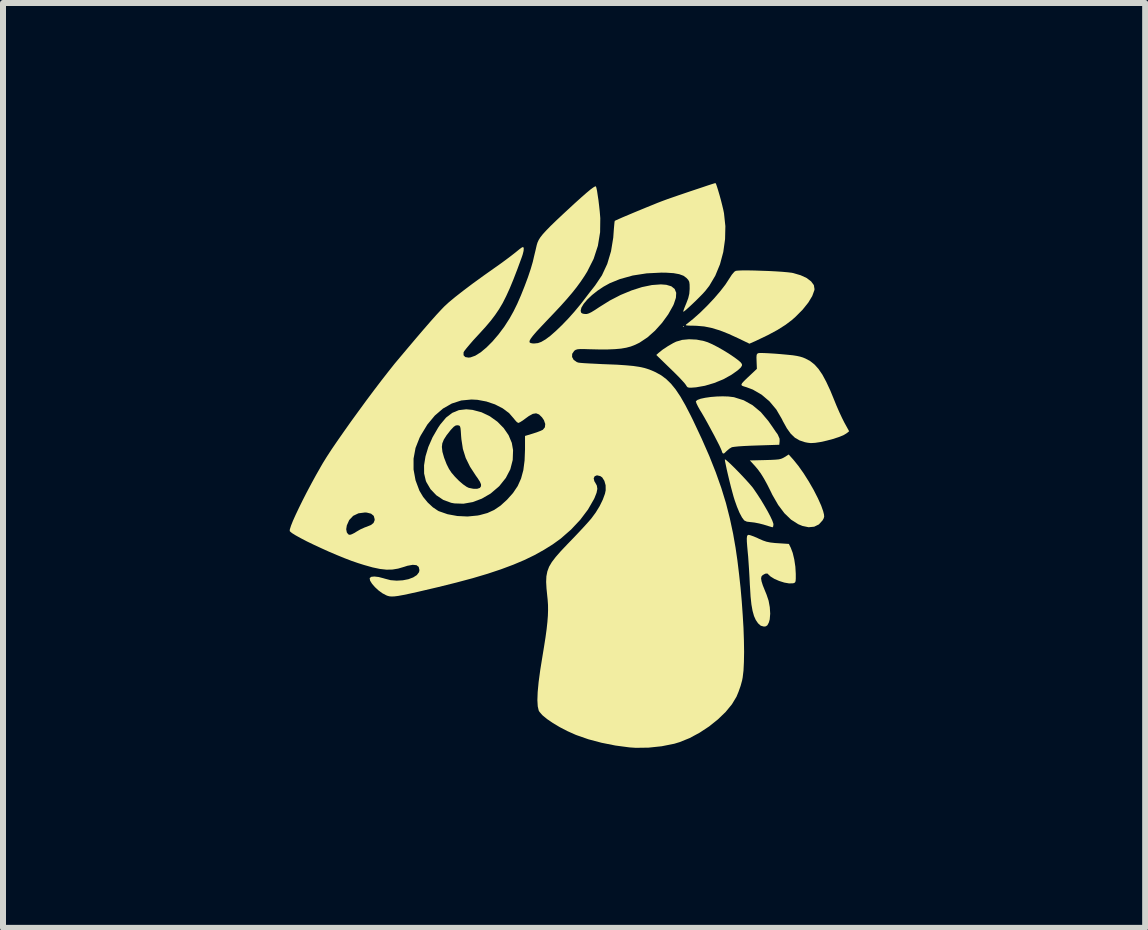
<source format=kicad_pcb>
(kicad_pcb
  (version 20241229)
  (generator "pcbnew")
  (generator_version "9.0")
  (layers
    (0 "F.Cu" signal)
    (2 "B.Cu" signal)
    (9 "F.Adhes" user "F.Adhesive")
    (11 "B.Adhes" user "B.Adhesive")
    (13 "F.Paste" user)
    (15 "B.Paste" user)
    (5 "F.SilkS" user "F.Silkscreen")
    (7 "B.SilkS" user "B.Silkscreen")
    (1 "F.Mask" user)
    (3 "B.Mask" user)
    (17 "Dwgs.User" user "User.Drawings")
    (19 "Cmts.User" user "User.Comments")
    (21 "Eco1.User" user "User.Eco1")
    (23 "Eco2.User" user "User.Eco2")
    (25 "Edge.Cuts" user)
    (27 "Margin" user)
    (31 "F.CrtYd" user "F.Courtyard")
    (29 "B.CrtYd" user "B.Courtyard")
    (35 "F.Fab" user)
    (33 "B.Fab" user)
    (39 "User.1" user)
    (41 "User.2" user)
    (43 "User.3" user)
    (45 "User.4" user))
  (footprint "10MM_LIME"
    (layer "F.Cu")
    (at 6.514 4.831)
    (property "Reference" "10MM_LIME" (at 0 0 0) (layer "User.1") (effects (font (size 1.5 1.5) (thickness 0.3))))
    (attr board_only exclude_from_pos_files exclude_from_bom)
    (fp_poly (pts (xy 1.83 -2.442) (xy 1.821 -2.433) (xy 1.812 -2.442) (xy 1.821 -2.451)) (stroke (width 0) (type solid)) (fill yes) (layer "F.SilkS"))
    (fp_poly (pts (xy 3.655 -0.221) (xy 3.738 -0.118) (xy 3.825 0.005) (xy 3.911 0.141) (xy 3.992 0.282) (xy 4.062 0.419) (xy 4.118 0.544) (xy 4.15 0.635) (xy 4.164 0.691) (xy 4.167 0.727) (xy 4.158 0.757) (xy 4.14 0.789) (xy 4.079 0.856) (xy 4.001 0.894) (xy 3.908 0.903) (xy 3.804 0.881) (xy 3.734 0.852) (xy 3.615 0.776) (xy 3.505 0.67) (xy 3.401 0.532) (xy 3.303 0.362) (xy 3.284 0.322) (xy 3.22 0.194) (xy 3.164 0.092) (xy 3.112 0.008) (xy 3.06 -0.063) (xy 3.002 -0.131) (xy 2.997 -0.136) (xy 2.929 -0.21) (xy 3.183 -0.216) (xy 3.285 -0.219) (xy 3.359 -0.223) (xy 3.411 -0.228) (xy 3.449 -0.237) (xy 3.48 -0.25) (xy 3.507 -0.265) (xy 3.576 -0.309)) (stroke (width 0) (type solid)) (fill yes) (layer "F.SilkS"))
    (fp_poly (pts (xy 2.042 -2.223) (xy 2.164 -2.199) (xy 2.227 -2.179) (xy 2.304 -2.145) (xy 2.391 -2.1) (xy 2.483 -2.048) (xy 2.573 -1.993) (xy 2.655 -1.938) (xy 2.724 -1.888) (xy 2.774 -1.846) (xy 2.797 -1.815) (xy 2.797 -1.788) (xy 2.775 -1.755) (xy 2.728 -1.712) (xy 2.654 -1.659) (xy 2.614 -1.632) (xy 2.485 -1.561) (xy 2.335 -1.5) (xy 2.18 -1.454) (xy 2.032 -1.428) (xy 2.019 -1.427) (xy 1.953 -1.422) (xy 1.912 -1.423) (xy 1.889 -1.431) (xy 1.874 -1.449) (xy 1.865 -1.465) (xy 1.844 -1.493) (xy 1.802 -1.54) (xy 1.744 -1.602) (xy 1.673 -1.673) (xy 1.604 -1.74) (xy 1.37 -1.967) (xy 1.409 -2.002) (xy 1.476 -2.056) (xy 1.562 -2.113) (xy 1.65 -2.164) (xy 1.701 -2.189) (xy 1.799 -2.218) (xy 1.916 -2.229)) (stroke (width 0) (type solid)) (fill yes) (layer "F.SilkS"))
    (fp_poly (pts (xy 2.529 -0.22) (xy 2.564 -0.19) (xy 2.614 -0.144) (xy 2.674 -0.085) (xy 2.74 -0.018) (xy 2.807 0.052) (xy 2.871 0.121) (xy 2.927 0.184) (xy 2.971 0.235) (xy 2.99 0.261) (xy 3.052 0.352) (xy 3.115 0.449) (xy 3.174 0.548) (xy 3.228 0.642) (xy 3.272 0.726) (xy 3.304 0.795) (xy 3.32 0.842) (xy 3.322 0.853) (xy 3.318 0.889) (xy 3.308 0.904) (xy 3.308 0.904) (xy 3.286 0.898) (xy 3.239 0.884) (xy 3.177 0.865) (xy 3.162 0.86) (xy 3.084 0.84) (xy 3.007 0.825) (xy 2.947 0.818) (xy 2.945 0.818) (xy 2.879 0.81) (xy 2.836 0.79) (xy 2.834 0.788) (xy 2.798 0.74) (xy 2.757 0.663) (xy 2.715 0.563) (xy 2.676 0.453) (xy 2.658 0.395) (xy 2.637 0.318) (xy 2.613 0.228) (xy 2.589 0.132) (xy 2.566 0.036) (xy 2.545 -0.054) (xy 2.529 -0.131) (xy 2.517 -0.189) (xy 2.512 -0.223) (xy 2.513 -0.228)) (stroke (width 0) (type solid)) (fill yes) (layer "F.SilkS"))
    (fp_poly (pts (xy 2.571 -1.275) (xy 2.654 -1.265) (xy 2.666 -1.263) (xy 2.827 -1.212) (xy 2.974 -1.13) (xy 3.111 -1.016) (xy 3.236 -0.868) (xy 3.269 -0.821) (xy 3.315 -0.755) (xy 3.356 -0.694) (xy 3.388 -0.65) (xy 3.395 -0.639) (xy 3.424 -0.572) (xy 3.425 -0.531) (xy 3.419 -0.471) (xy 3.046 -0.459) (xy 2.932 -0.455) (xy 2.828 -0.45) (xy 2.739 -0.444) (xy 2.672 -0.437) (xy 2.633 -0.431) (xy 2.629 -0.43) (xy 2.585 -0.404) (xy 2.542 -0.367) (xy 2.541 -0.366) (xy 2.504 -0.33) (xy 2.482 -0.324) (xy 2.467 -0.346) (xy 2.461 -0.368) (xy 2.447 -0.402) (xy 2.42 -0.461) (xy 2.38 -0.539) (xy 2.333 -0.63) (xy 2.28 -0.728) (xy 2.226 -0.828) (xy 2.173 -0.923) (xy 2.124 -1.007) (xy 2.101 -1.044) (xy 2.066 -1.106) (xy 2.041 -1.157) (xy 2.03 -1.19) (xy 2.03 -1.196) (xy 2.056 -1.218) (xy 2.11 -1.238) (xy 2.186 -1.254) (xy 2.277 -1.267) (xy 2.376 -1.275) (xy 2.476 -1.278)) (stroke (width 0) (type solid)) (fill yes) (layer "F.SilkS"))
    (fp_poly (pts (xy 3.004 -3.374) (xy 3.122 -3.37) (xy 3.242 -3.366) (xy 3.358 -3.36) (xy 3.465 -3.353) (xy 3.556 -3.345) (xy 3.624 -3.337) (xy 3.65 -3.332) (xy 3.776 -3.295) (xy 3.877 -3.248) (xy 3.95 -3.192) (xy 3.995 -3.131) (xy 4.006 -3.065) (xy 4.004 -3.047) (xy 3.968 -2.948) (xy 3.902 -2.839) (xy 3.809 -2.723) (xy 3.691 -2.604) (xy 3.628 -2.548) (xy 3.523 -2.469) (xy 3.389 -2.384) (xy 3.231 -2.299) (xy 3.056 -2.215) (xy 3.02 -2.198) (xy 2.922 -2.155) (xy 2.744 -2.241) (xy 2.576 -2.318) (xy 2.429 -2.376) (xy 2.296 -2.416) (xy 2.17 -2.442) (xy 2.044 -2.453) (xy 1.982 -2.455) (xy 1.913 -2.456) (xy 1.874 -2.459) (xy 1.861 -2.465) (xy 1.868 -2.475) (xy 1.875 -2.481) (xy 1.983 -2.567) (xy 2.1 -2.671) (xy 2.218 -2.787) (xy 2.332 -2.908) (xy 2.435 -3.028) (xy 2.521 -3.139) (xy 2.577 -3.225) (xy 2.629 -3.305) (xy 2.671 -3.354) (xy 2.696 -3.369) (xy 2.736 -3.373) (xy 2.805 -3.376) (xy 2.897 -3.376)) (stroke (width 0) (type solid)) (fill yes) (layer "F.SilkS"))
    (fp_poly (pts (xy 3.166 -1.999) (xy 3.248 -1.995) (xy 3.345 -1.989) (xy 3.433 -1.982) (xy 3.553 -1.971) (xy 3.644 -1.962) (xy 3.713 -1.951) (xy 3.767 -1.939) (xy 3.813 -1.925) (xy 3.856 -1.907) (xy 3.934 -1.865) (xy 4.006 -1.808) (xy 4.072 -1.735) (xy 4.137 -1.64) (xy 4.201 -1.521) (xy 4.269 -1.375) (xy 4.333 -1.219) (xy 4.374 -1.118) (xy 4.42 -1.013) (xy 4.465 -0.917) (xy 4.502 -0.843) (xy 4.583 -0.696) (xy 4.536 -0.659) (xy 4.485 -0.629) (xy 4.407 -0.598) (xy 4.312 -0.567) (xy 4.21 -0.54) (xy 4.108 -0.517) (xy 4.016 -0.503) (xy 3.944 -0.499) (xy 3.943 -0.499) (xy 3.892 -0.505) (xy 3.846 -0.514) (xy 3.756 -0.544) (xy 3.679 -0.589) (xy 3.611 -0.654) (xy 3.546 -0.744) (xy 3.48 -0.863) (xy 3.461 -0.902) (xy 3.37 -1.058) (xy 3.256 -1.194) (xy 3.124 -1.306) (xy 2.979 -1.39) (xy 2.872 -1.43) (xy 2.826 -1.444) (xy 2.797 -1.456) (xy 2.788 -1.472) (xy 2.799 -1.496) (xy 2.832 -1.533) (xy 2.888 -1.587) (xy 2.931 -1.627) (xy 3.046 -1.736) (xy 3.041 -1.862) (xy 3.039 -1.928) (xy 3.042 -1.967) (xy 3.051 -1.987) (xy 3.069 -1.996) (xy 3.077 -1.999) (xy 3.107 -2)) (stroke (width 0) (type solid)) (fill yes) (layer "F.SilkS"))
    (fp_poly (pts (xy 2.942 1.038) (xy 2.995 1.057) (xy 3.06 1.085) (xy 3.078 1.094) (xy 3.147 1.124) (xy 3.206 1.144) (xy 3.269 1.157) (xy 3.349 1.166) (xy 3.395 1.169) (xy 3.579 1.181) (xy 3.611 1.246) (xy 3.643 1.331) (xy 3.669 1.44) (xy 3.687 1.56) (xy 3.694 1.679) (xy 3.694 1.69) (xy 3.694 1.759) (xy 3.691 1.801) (xy 3.682 1.822) (xy 3.665 1.833) (xy 3.646 1.837) (xy 3.583 1.839) (xy 3.503 1.825) (xy 3.417 1.798) (xy 3.337 1.763) (xy 3.274 1.724) (xy 3.248 1.7) (xy 3.221 1.674) (xy 3.19 1.676) (xy 3.174 1.683) (xy 3.142 1.701) (xy 3.122 1.724) (xy 3.116 1.757) (xy 3.124 1.805) (xy 3.145 1.872) (xy 3.182 1.964) (xy 3.207 2.025) (xy 3.241 2.126) (xy 3.261 2.235) (xy 3.268 2.343) (xy 3.26 2.438) (xy 3.245 2.491) (xy 3.221 2.536) (xy 3.195 2.554) (xy 3.164 2.558) (xy 3.111 2.544) (xy 3.066 2.504) (xy 3.028 2.449) (xy 2.998 2.382) (xy 2.974 2.296) (xy 2.955 2.19) (xy 2.941 2.057) (xy 2.931 1.893) (xy 2.929 1.865) (xy 2.923 1.742) (xy 2.916 1.616) (xy 2.908 1.498) (xy 2.901 1.396) (xy 2.895 1.334) (xy 2.885 1.223) (xy 2.879 1.143) (xy 2.878 1.088) (xy 2.882 1.054) (xy 2.89 1.037) (xy 2.904 1.031) (xy 2.911 1.03)) (stroke (width 0) (type solid)) (fill yes) (layer "F.SilkS"))
    (fp_poly (pts (xy -1.691 -1.052) (xy -1.541 -1.012) (xy -1.402 -0.945) (xy -1.278 -0.856) (xy -1.173 -0.75) (xy -1.091 -0.631) (xy -1.037 -0.502) (xy -1.016 -0.381) (xy -1.022 -0.217) (xy -1.062 -0.062) (xy -1.137 0.082) (xy -1.245 0.217) (xy -1.26 0.231) (xy -1.392 0.343) (xy -1.537 0.427) (xy -1.689 0.484) (xy -1.843 0.511) (xy -1.993 0.506) (xy -2.047 0.496) (xy -2.178 0.448) (xy -2.295 0.37) (xy -2.391 0.269) (xy -2.461 0.15) (xy -2.47 0.127) (xy -2.498 0.008) (xy -2.499 -0.129) (xy -2.475 -0.278) (xy -2.428 -0.434) (xy -2.202 -0.434) (xy -2.193 -0.353) (xy -2.165 -0.255) (xy -2.124 -0.149) (xy -2.084 -0.069) (xy -2.043 -0.007) (xy -1.985 0.061) (xy -1.919 0.128) (xy -1.851 0.187) (xy -1.791 0.229) (xy -1.754 0.247) (xy -1.679 0.262) (xy -1.615 0.263) (xy -1.572 0.249) (xy -1.567 0.245) (xy -1.55 0.22) (xy -1.55 0.188) (xy -1.568 0.145) (xy -1.607 0.084) (xy -1.634 0.047) (xy -1.733 -0.105) (xy -1.805 -0.251) (xy -1.852 -0.401) (xy -1.877 -0.564) (xy -1.882 -0.622) (xy -1.887 -0.7) (xy -1.892 -0.749) (xy -1.9 -0.777) (xy -1.912 -0.79) (xy -1.932 -0.795) (xy -1.938 -0.796) (xy -1.97 -0.793) (xy -2.003 -0.772) (xy -2.045 -0.728) (xy -2.056 -0.716) (xy -2.125 -0.628) (xy -2.17 -0.557) (xy -2.195 -0.495) (xy -2.202 -0.436) (xy -2.202 -0.434) (xy -2.428 -0.434) (xy -2.427 -0.436) (xy -2.357 -0.596) (xy -2.265 -0.755) (xy -2.227 -0.811) (xy -2.132 -0.924) (xy -2.03 -1.002) (xy -1.919 -1.048) (xy -1.795 -1.062)) (stroke (width 0) (type solid)) (fill yes) (layer "F.SilkS"))
    (fp_poly (pts (xy 2.366 -4.815) (xy 2.381 -4.772) (xy 2.401 -4.708) (xy 2.424 -4.63) (xy 2.447 -4.546) (xy 2.468 -4.463) (xy 2.486 -4.388) (xy 2.498 -4.329) (xy 2.521 -4.113) (xy 2.516 -3.896) (xy 2.486 -3.682) (xy 2.431 -3.477) (xy 2.353 -3.288) (xy 2.253 -3.119) (xy 2.189 -3.037) (xy 2.146 -2.989) (xy 2.091 -2.933) (xy 2.03 -2.872) (xy 1.968 -2.813) (xy 1.911 -2.76) (xy 1.864 -2.718) (xy 1.831 -2.692) (xy 1.819 -2.687) (xy 1.822 -2.705) (xy 1.837 -2.747) (xy 1.861 -2.806) (xy 1.869 -2.825) (xy 1.902 -2.912) (xy 1.92 -2.987) (xy 1.926 -3.066) (xy 1.926 -3.077) (xy 1.925 -3.143) (xy 1.919 -3.186) (xy 1.903 -3.217) (xy 1.874 -3.249) (xy 1.873 -3.25) (xy 1.823 -3.287) (xy 1.752 -3.313) (xy 1.658 -3.33) (xy 1.535 -3.338) (xy 1.456 -3.339) (xy 1.211 -3.327) (xy 0.978 -3.291) (xy 0.763 -3.231) (xy 0.596 -3.163) (xy 0.491 -3.105) (xy 0.391 -3.038) (xy 0.299 -2.965) (xy 0.221 -2.891) (xy 0.16 -2.819) (xy 0.122 -2.755) (xy 0.11 -2.703) (xy 0.11 -2.701) (xy 0.12 -2.669) (xy 0.146 -2.655) (xy 0.18 -2.65) (xy 0.213 -2.65) (xy 0.247 -2.66) (xy 0.29 -2.681) (xy 0.349 -2.717) (xy 0.42 -2.764) (xy 0.596 -2.874) (xy 0.776 -2.967) (xy 0.957 -3.042) (xy 1.132 -3.098) (xy 1.297 -3.132) (xy 1.446 -3.143) (xy 1.537 -3.136) (xy 1.621 -3.111) (xy 1.676 -3.067) (xy 1.702 -3.003) (xy 1.697 -2.92) (xy 1.663 -2.817) (xy 1.651 -2.79) (xy 1.569 -2.644) (xy 1.466 -2.502) (xy 1.349 -2.372) (xy 1.223 -2.26) (xy 1.097 -2.176) (xy 1.087 -2.17) (xy 1.017 -2.136) (xy 0.945 -2.108) (xy 0.869 -2.088) (xy 0.782 -2.073) (xy 0.68 -2.064) (xy 0.559 -2.059) (xy 0.413 -2.059) (xy 0.238 -2.063) (xy 0.184 -2.065) (xy 0.108 -2.066) (xy 0.058 -2.062) (xy 0.026 -2.052) (xy 0.002 -2.035) (xy -0.031 -1.986) (xy -0.033 -1.934) (xy -0.007 -1.886) (xy 0.045 -1.849) (xy 0.071 -1.84) (xy 0.101 -1.836) (xy 0.161 -1.831) (xy 0.245 -1.826) (xy 0.348 -1.821) (xy 0.464 -1.815) (xy 0.542 -1.812) (xy 0.718 -1.805) (xy 0.864 -1.795) (xy 0.985 -1.784) (xy 1.086 -1.769) (xy 1.173 -1.75) (xy 1.25 -1.726) (xy 1.323 -1.696) (xy 1.36 -1.679) (xy 1.452 -1.628) (xy 1.536 -1.565) (xy 1.615 -1.488) (xy 1.693 -1.392) (xy 1.772 -1.274) (xy 1.854 -1.131) (xy 1.943 -0.959) (xy 1.98 -0.884) (xy 2.126 -0.573) (xy 2.253 -0.284) (xy 2.361 -0.012) (xy 2.453 0.248) (xy 2.531 0.502) (xy 2.595 0.754) (xy 2.65 1.011) (xy 2.656 1.046) (xy 2.691 1.246) (xy 2.722 1.46) (xy 2.749 1.684) (xy 2.774 1.912) (xy 2.794 2.14) (xy 2.81 2.366) (xy 2.823 2.583) (xy 2.83 2.789) (xy 2.833 2.978) (xy 2.83 3.148) (xy 2.823 3.292) (xy 2.809 3.408) (xy 2.8 3.455) (xy 2.775 3.546) (xy 2.74 3.645) (xy 2.706 3.727) (xy 2.63 3.853) (xy 2.525 3.981) (xy 2.396 4.105) (xy 2.25 4.222) (xy 2.092 4.326) (xy 1.927 4.415) (xy 1.762 4.482) (xy 1.67 4.51) (xy 1.46 4.552) (xy 1.241 4.575) (xy 1.029 4.578) (xy 0.924 4.571) (xy 0.69 4.54) (xy 0.459 4.494) (xy 0.24 4.436) (xy 0.045 4.368) (xy 0.022 4.359) (xy -0.112 4.299) (xy -0.239 4.233) (xy -0.353 4.165) (xy -0.451 4.098) (xy -0.527 4.035) (xy -0.576 3.979) (xy -0.589 3.956) (xy -0.605 3.887) (xy -0.611 3.784) (xy -0.606 3.649) (xy -0.59 3.48) (xy -0.563 3.28) (xy -0.534 3.1) (xy -0.502 2.905) (xy -0.476 2.74) (xy -0.457 2.601) (xy -0.444 2.481) (xy -0.436 2.378) (xy -0.433 2.284) (xy -0.434 2.197) (xy -0.44 2.11) (xy -0.446 2.053) (xy -0.459 1.923) (xy -0.465 1.814) (xy -0.461 1.721) (xy -0.445 1.639) (xy -0.416 1.561) (xy -0.37 1.483) (xy -0.305 1.398) (xy -0.22 1.301) (xy -0.112 1.187) (xy -0.081 1.155) (xy 0.006 1.065) (xy 0.092 0.974) (xy 0.17 0.89) (xy 0.235 0.818) (xy 0.282 0.764) (xy 0.288 0.757) (xy 0.361 0.658) (xy 0.427 0.55) (xy 0.479 0.443) (xy 0.515 0.345) (xy 0.527 0.288) (xy 0.526 0.204) (xy 0.505 0.13) (xy 0.469 0.073) (xy 0.437 0.051) (xy 0.382 0.038) (xy 0.344 0.053) (xy 0.327 0.088) (xy 0.338 0.136) (xy 0.353 0.16) (xy 0.38 0.21) (xy 0.388 0.264) (xy 0.375 0.329) (xy 0.342 0.413) (xy 0.331 0.436) (xy 0.232 0.608) (xy 0.103 0.779) (xy -0.05 0.942) (xy -0.223 1.093) (xy -0.356 1.189) (xy -0.502 1.28) (xy -0.658 1.367) (xy -0.827 1.449) (xy -1.012 1.527) (xy -1.215 1.603) (xy -1.44 1.678) (xy -1.689 1.752) (xy -1.966 1.826) (xy -2.272 1.902) (xy -2.605 1.98) (xy -2.741 2.01) (xy -2.847 2.032) (xy -2.929 2.047) (xy -2.991 2.055) (xy -3.038 2.057) (xy -3.076 2.054) (xy -3.109 2.045) (xy -3.131 2.036) (xy -3.195 2.002) (xy -3.26 1.954) (xy -3.319 1.899) (xy -3.367 1.843) (xy -3.398 1.793) (xy -3.405 1.754) (xy -3.404 1.749) (xy -3.378 1.729) (xy -3.327 1.724) (xy -3.256 1.732) (xy -3.172 1.754) (xy -3.152 1.76) (xy -3.056 1.785) (xy -2.954 1.793) (xy -2.853 1.787) (xy -2.76 1.769) (xy -2.68 1.739) (xy -2.619 1.7) (xy -2.583 1.652) (xy -2.576 1.617) (xy -2.588 1.564) (xy -2.625 1.535) (xy -2.687 1.529) (xy -2.776 1.545) (xy -2.832 1.563) (xy -2.931 1.592) (xy -3.026 1.608) (xy -3.125 1.61) (xy -3.233 1.598) (xy -3.357 1.572) (xy -3.502 1.531) (xy -3.597 1.501) (xy -3.705 1.464) (xy -3.825 1.418) (xy -3.952 1.366) (xy -4.084 1.31) (xy -4.214 1.251) (xy -4.339 1.193) (xy -4.455 1.137) (xy -4.556 1.084) (xy -4.639 1.038) (xy -4.7 1) (xy -4.733 0.972) (xy -4.737 0.965) (xy -4.735 0.936) (xy -3.796 0.936) (xy -3.786 0.989) (xy -3.761 1.022) (xy -3.735 1.03) (xy -3.703 1.02) (xy -3.655 0.996) (xy -3.627 0.978) (xy -3.562 0.94) (xy -3.487 0.906) (xy -3.458 0.896) (xy -3.384 0.866) (xy -3.341 0.832) (xy -3.323 0.788) (xy -3.322 0.769) (xy -3.337 0.714) (xy -3.382 0.677) (xy -3.453 0.659) (xy -3.483 0.657) (xy -3.592 0.671) (xy -3.68 0.713) (xy -3.746 0.783) (xy -3.786 0.873) (xy -3.796 0.936) (xy -4.735 0.936) (xy -4.734 0.935) (xy -4.716 0.878) (xy -4.684 0.797) (xy -4.639 0.697) (xy -4.584 0.581) (xy -4.521 0.453) (xy -4.451 0.316) (xy -4.376 0.175) (xy -4.298 0.032) (xy -4.246 -0.059) (xy -2.674 -0.059) (xy -2.641 0.121) (xy -2.576 0.295) (xy -2.574 0.298) (xy -2.515 0.397) (xy -2.438 0.491) (xy -2.352 0.571) (xy -2.267 0.628) (xy -2.254 0.635) (xy -2.108 0.686) (xy -1.945 0.716) (xy -1.774 0.724) (xy -1.608 0.708) (xy -1.572 0.701) (xy -1.443 0.666) (xy -1.331 0.615) (xy -1.226 0.544) (xy -1.118 0.446) (xy -1.117 0.445) (xy -1.017 0.333) (xy -0.939 0.217) (xy -0.883 0.092) (xy -0.845 -0.048) (xy -0.824 -0.21) (xy -0.817 -0.393) (xy -0.817 -0.618) (xy -0.688 -0.657) (xy -0.62 -0.679) (xy -0.56 -0.702) (xy -0.521 -0.72) (xy -0.52 -0.721) (xy -0.486 -0.762) (xy -0.48 -0.817) (xy -0.502 -0.881) (xy -0.534 -0.928) (xy -0.583 -0.976) (xy -0.632 -0.995) (xy -0.687 -0.986) (xy -0.754 -0.949) (xy -0.801 -0.915) (xy -0.855 -0.875) (xy -0.9 -0.847) (xy -0.927 -0.835) (xy -0.929 -0.835) (xy -0.953 -0.849) (xy -0.985 -0.884) (xy -1.002 -0.906) (xy -1.082 -0.998) (xy -1.189 -1.078) (xy -1.318 -1.144) (xy -1.461 -1.192) (xy -1.611 -1.22) (xy -1.71 -1.225) (xy -1.879 -1.209) (xy -2.037 -1.158) (xy -2.184 -1.074) (xy -2.32 -0.957) (xy -2.444 -0.808) (xy -2.555 -0.625) (xy -2.574 -0.588) (xy -2.641 -0.418) (xy -2.674 -0.24) (xy -2.674 -0.059) (xy -4.246 -0.059) (xy -4.219 -0.107) (xy -4.183 -0.169) (xy -4.121 -0.269) (xy -4.041 -0.392) (xy -3.944 -0.534) (xy -3.835 -0.69) (xy -3.717 -0.857) (xy -3.592 -1.029) (xy -3.465 -1.203) (xy -3.338 -1.373) (xy -3.214 -1.536) (xy -3.097 -1.686) (xy -2.99 -1.821) (xy -2.928 -1.895) (xy -2.774 -2.078) (xy -2.632 -2.246) (xy -2.503 -2.397) (xy -2.389 -2.528) (xy -2.292 -2.637) (xy -2.213 -2.722) (xy -2.162 -2.775) (xy -2.086 -2.845) (xy -1.98 -2.933) (xy -1.847 -3.037) (xy -1.688 -3.157) (xy -1.503 -3.291) (xy -1.322 -3.419) (xy -1.23 -3.484) (xy -1.137 -3.552) (xy -1.052 -3.616) (xy -0.984 -3.669) (xy -0.969 -3.681) (xy -0.91 -3.729) (xy -0.873 -3.756) (xy -0.852 -3.765) (xy -0.842 -3.759) (xy -0.838 -3.741) (xy -0.841 -3.701) (xy -0.855 -3.644) (xy -0.868 -3.604) (xy -0.943 -3.4) (xy -1.01 -3.226) (xy -1.072 -3.076) (xy -1.131 -2.947) (xy -1.189 -2.832) (xy -1.25 -2.729) (xy -1.316 -2.632) (xy -1.389 -2.536) (xy -1.472 -2.438) (xy -1.569 -2.331) (xy -1.607 -2.29) (xy -1.679 -2.212) (xy -1.742 -2.139) (xy -1.793 -2.078) (xy -1.828 -2.033) (xy -1.841 -2.01) (xy -1.841 -1.962) (xy -1.812 -1.932) (xy -1.757 -1.923) (xy -1.724 -1.927) (xy -1.646 -1.955) (xy -1.556 -2.011) (xy -1.46 -2.091) (xy -1.359 -2.192) (xy -1.258 -2.31) (xy -1.161 -2.44) (xy -1.072 -2.579) (xy -1.007 -2.696) (xy -0.947 -2.818) (xy -0.885 -2.96) (xy -0.825 -3.11) (xy -0.769 -3.26) (xy -0.722 -3.4) (xy -0.687 -3.52) (xy -0.682 -3.542) (xy -0.662 -3.628) (xy -0.642 -3.71) (xy -0.627 -3.776) (xy -0.621 -3.801) (xy -0.608 -3.842) (xy -0.589 -3.883) (xy -0.561 -3.928) (xy -0.52 -3.98) (xy -0.464 -4.041) (xy -0.391 -4.116) (xy -0.298 -4.206) (xy -0.182 -4.315) (xy -0.128 -4.365) (xy 0.007 -4.49) (xy 0.118 -4.59) (xy 0.207 -4.668) (xy 0.274 -4.724) (xy 0.322 -4.759) (xy 0.352 -4.776) (xy 0.364 -4.775) (xy 0.372 -4.752) (xy 0.383 -4.701) (xy 0.394 -4.628) (xy 0.407 -4.542) (xy 0.418 -4.449) (xy 0.428 -4.357) (xy 0.435 -4.272) (xy 0.437 -4.245) (xy 0.434 -4.012) (xy 0.397 -3.786) (xy 0.326 -3.568) (xy 0.219 -3.356) (xy 0.174 -3.283) (xy 0.11 -3.188) (xy 0.042 -3.095) (xy -0.033 -3.001) (xy -0.119 -2.9) (xy -0.22 -2.787) (xy -0.34 -2.659) (xy -0.445 -2.549) (xy -0.549 -2.439) (xy -0.63 -2.352) (xy -0.688 -2.284) (xy -0.725 -2.234) (xy -0.742 -2.2) (xy -0.741 -2.177) (xy -0.722 -2.165) (xy -0.687 -2.159) (xy -0.657 -2.159) (xy -0.601 -2.165) (xy -0.546 -2.185) (xy -0.479 -2.224) (xy -0.47 -2.23) (xy -0.394 -2.287) (xy -0.302 -2.368) (xy -0.201 -2.465) (xy -0.097 -2.573) (xy 0.004 -2.686) (xy 0.097 -2.798) (xy 0.132 -2.842) (xy 0.194 -2.923) (xy 0.256 -3.004) (xy 0.312 -3.075) (xy 0.351 -3.125) (xy 0.464 -3.293) (xy 0.553 -3.484) (xy 0.616 -3.695) (xy 0.653 -3.921) (xy 0.657 -3.976) (xy 0.663 -4.06) (xy 0.669 -4.13) (xy 0.674 -4.179) (xy 0.678 -4.2) (xy 0.678 -4.201) (xy 0.698 -4.211) (xy 0.745 -4.232) (xy 0.815 -4.263) (xy 0.901 -4.299) (xy 0.998 -4.34) (xy 1.102 -4.383) (xy 1.206 -4.426) (xy 1.305 -4.466) (xy 1.393 -4.502) (xy 1.466 -4.53) (xy 1.501 -4.543) (xy 1.558 -4.564) (xy 1.636 -4.591) (xy 1.728 -4.623) (xy 1.831 -4.658) (xy 1.937 -4.694) (xy 2.042 -4.729) (xy 2.141 -4.762) (xy 2.227 -4.791) (xy 2.295 -4.813) (xy 2.34 -4.827) (xy 2.356 -4.831)) (stroke (width 0) (type solid)) (fill yes) (layer "F.SilkS")))
  (gr_rect
    (start -3 -3)
    (end 16.029 12.409)
    (stroke (width 0.1) (type default))
    (fill no)
    (layer "Edge.Cuts")))
</source>
